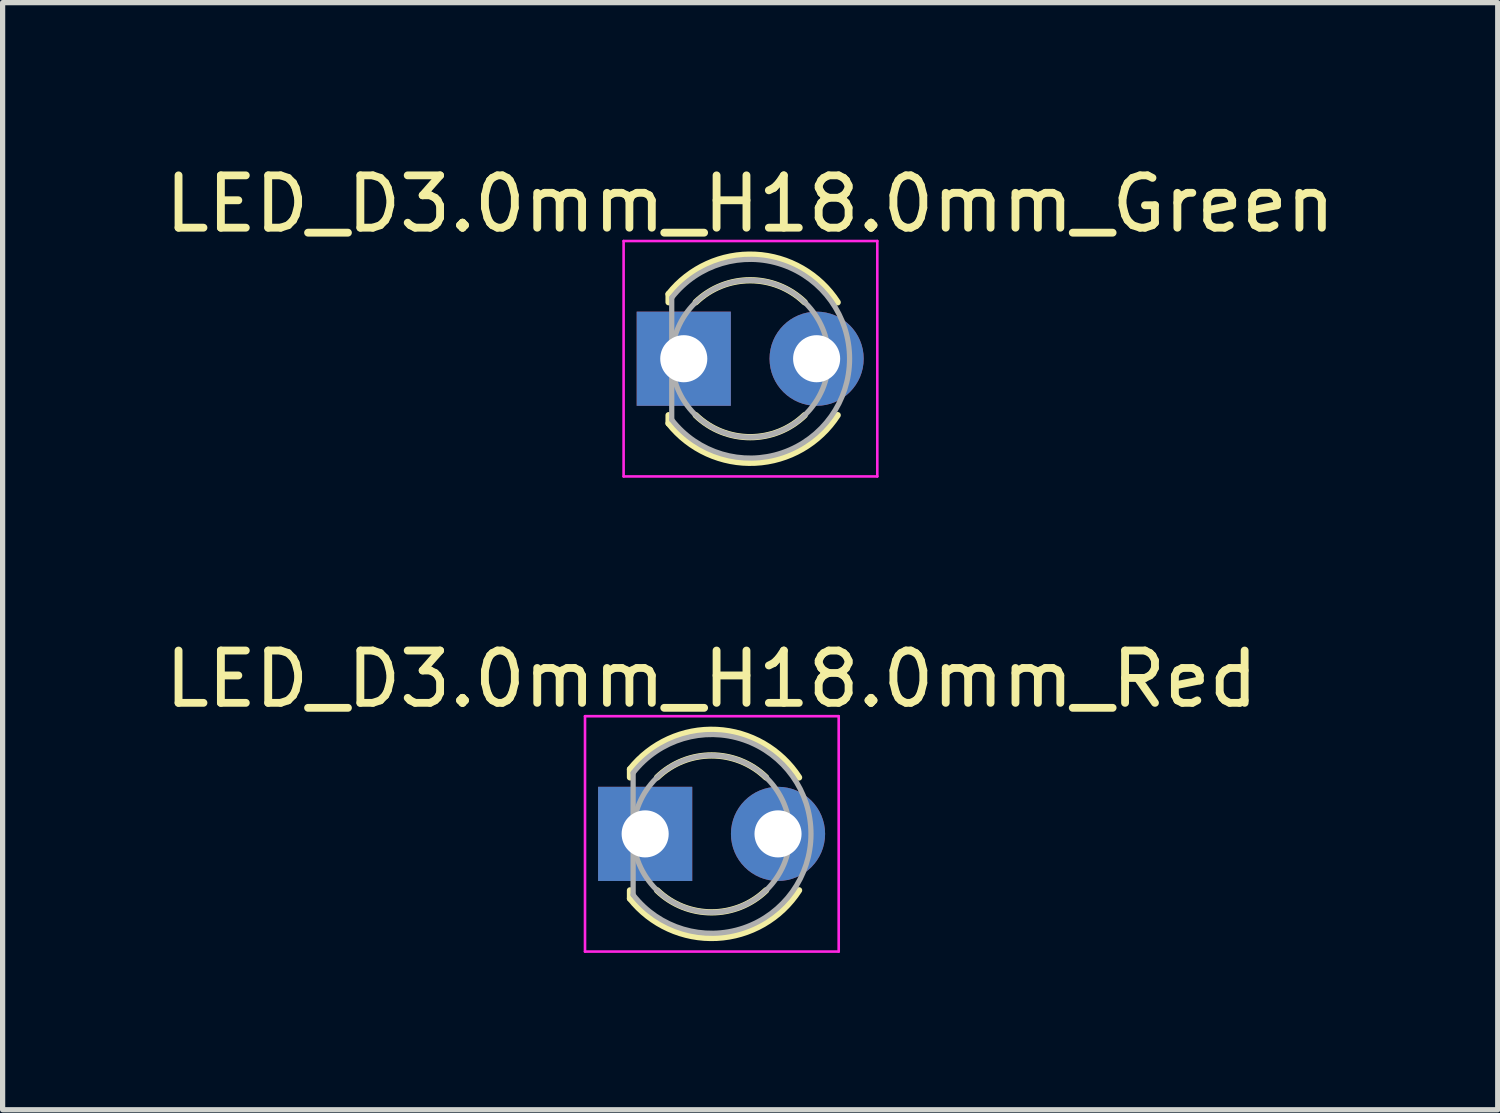
<source format=kicad_pcb>
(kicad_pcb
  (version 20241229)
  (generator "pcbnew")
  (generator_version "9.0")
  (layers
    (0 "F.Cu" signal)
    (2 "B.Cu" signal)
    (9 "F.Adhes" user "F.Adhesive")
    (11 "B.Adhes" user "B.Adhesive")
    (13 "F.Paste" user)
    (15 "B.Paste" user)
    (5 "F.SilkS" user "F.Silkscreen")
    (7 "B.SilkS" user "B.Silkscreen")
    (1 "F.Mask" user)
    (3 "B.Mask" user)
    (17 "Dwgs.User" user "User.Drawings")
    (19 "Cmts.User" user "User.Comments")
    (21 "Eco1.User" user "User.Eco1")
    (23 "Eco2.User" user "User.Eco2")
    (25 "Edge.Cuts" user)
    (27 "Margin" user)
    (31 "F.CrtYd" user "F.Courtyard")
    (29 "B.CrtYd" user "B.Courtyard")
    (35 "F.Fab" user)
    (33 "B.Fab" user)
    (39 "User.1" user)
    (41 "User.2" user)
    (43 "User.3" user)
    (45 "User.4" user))
  (footprint "LED_D3.0mm_H18.0mm_Green"
    (layer "F.Cu")
    (at 10.022 3.808)
    (property "Reference" "LED_D3.0mm_H18.0mm_Green" (at 1.27 -2.96 0) (layer "F.SilkS") (effects (font (size 1 1) (thickness 0.15))))
    (attr through_hole)
    (fp_line (start -0.29 -1.236) (end -0.29 -1.08) (stroke (width 0.12) (type solid)) (layer "F.SilkS"))
    (fp_line (start -0.29 1.08) (end -0.29 1.236) (stroke (width 0.12) (type solid)) (layer "F.SilkS"))
    (fp_arc (start -0.29 -1.235516) (mid 1.366487 -1.987659) (end 2.942335 -1.078608) (stroke (width 0.12) (type solid)) (layer "F.SilkS"))
    (fp_arc (start 0.229039 -1.08) (mid 1.270117 -1.5) (end 2.31113 -1.079837) (stroke (width 0.12) (type solid)) (layer "F.SilkS"))
    (fp_arc (start 2.31113 1.079837) (mid 1.270117 1.5) (end 0.229039 1.08) (stroke (width 0.12) (type solid)) (layer "F.SilkS"))
    (fp_arc (start 2.942335 1.078608) (mid 1.366487 1.987659) (end -0.29 1.235516) (stroke (width 0.12) (type solid)) (layer "F.SilkS"))
    (fp_line (start -1.15 -2.25) (end -1.15 2.25) (stroke (width 0.05) (type solid)) (layer "F.CrtYd"))
    (fp_line (start -1.15 2.25) (end 3.7 2.25) (stroke (width 0.05) (type solid)) (layer "F.CrtYd"))
    (fp_line (start 3.7 -2.25) (end -1.15 -2.25) (stroke (width 0.05) (type solid)) (layer "F.CrtYd"))
    (fp_line (start 3.7 2.25) (end 3.7 -2.25) (stroke (width 0.05) (type solid)) (layer "F.CrtYd"))
    (fp_line (start -0.23 -1.166) (end -0.23 1.166) (stroke (width 0.1) (type solid)) (layer "F.Fab"))
    (fp_arc (start -0.23 -1.16619) (mid 3.17 0.000452) (end -0.230555 1.165476) (stroke (width 0.1) (type solid)) (layer "F.Fab"))
    (fp_circle (center 1.27 0) (end 2.77 0) (stroke (width 0.1) (type solid)) (fill no) (layer "F.Fab"))
    (pad "1" thru_hole rect (at 0 0) (size 1.8 1.8) (drill 0.9) (layers "*.Cu" "*.Mask"))
    (pad "2" thru_hole circle (at 2.54 0) (size 1.8 1.8) (drill 0.9) (layers "*.Cu" "*.Mask")))
  (footprint "LED_D3.0mm_H18.0mm_Red"
    (layer "F.Cu")
    (at 9.284 12.892)
    (property "Reference" "LED_D3.0mm_H18.0mm_Red" (at 1.27 -2.96 0) (layer "F.SilkS") (effects (font (size 1 1) (thickness 0.15))))
    (attr through_hole)
    (fp_line (start -0.29 -1.236) (end -0.29 -1.08) (stroke (width 0.12) (type solid)) (layer "F.SilkS"))
    (fp_line (start -0.29 1.08) (end -0.29 1.236) (stroke (width 0.12) (type solid)) (layer "F.SilkS"))
    (fp_arc (start -0.29 -1.235516) (mid 1.366487 -1.987659) (end 2.942335 -1.078608) (stroke (width 0.12) (type solid)) (layer "F.SilkS"))
    (fp_arc (start 0.229039 -1.08) (mid 1.270117 -1.5) (end 2.31113 -1.079837) (stroke (width 0.12) (type solid)) (layer "F.SilkS"))
    (fp_arc (start 2.31113 1.079837) (mid 1.270117 1.5) (end 0.229039 1.08) (stroke (width 0.12) (type solid)) (layer "F.SilkS"))
    (fp_arc (start 2.942335 1.078608) (mid 1.366487 1.987659) (end -0.29 1.235516) (stroke (width 0.12) (type solid)) (layer "F.SilkS"))
    (fp_line (start -1.15 -2.25) (end -1.15 2.25) (stroke (width 0.05) (type solid)) (layer "F.CrtYd"))
    (fp_line (start -1.15 2.25) (end 3.7 2.25) (stroke (width 0.05) (type solid)) (layer "F.CrtYd"))
    (fp_line (start 3.7 -2.25) (end -1.15 -2.25) (stroke (width 0.05) (type solid)) (layer "F.CrtYd"))
    (fp_line (start 3.7 2.25) (end 3.7 -2.25) (stroke (width 0.05) (type solid)) (layer "F.CrtYd"))
    (fp_line (start -0.23 -1.166) (end -0.23 1.166) (stroke (width 0.1) (type solid)) (layer "F.Fab"))
    (fp_arc (start -0.23 -1.16619) (mid 3.17 0.000452) (end -0.230555 1.165476) (stroke (width 0.1) (type solid)) (layer "F.Fab"))
    (fp_circle (center 1.27 0) (end 2.77 0) (stroke (width 0.1) (type solid)) (fill no) (layer "F.Fab"))
    (pad "1" thru_hole rect (at 0 0) (size 1.8 1.8) (drill 0.9) (layers "*.Cu" "*.Mask"))
    (pad "2" thru_hole circle (at 2.54 0) (size 1.8 1.8) (drill 0.9) (layers "*.Cu" "*.Mask")))
  (gr_rect
    (start -3 -3)
    (end 25.583 18.166)
    (stroke (width 0.1) (type default))
    (fill no)
    (layer "Edge.Cuts")))
</source>
